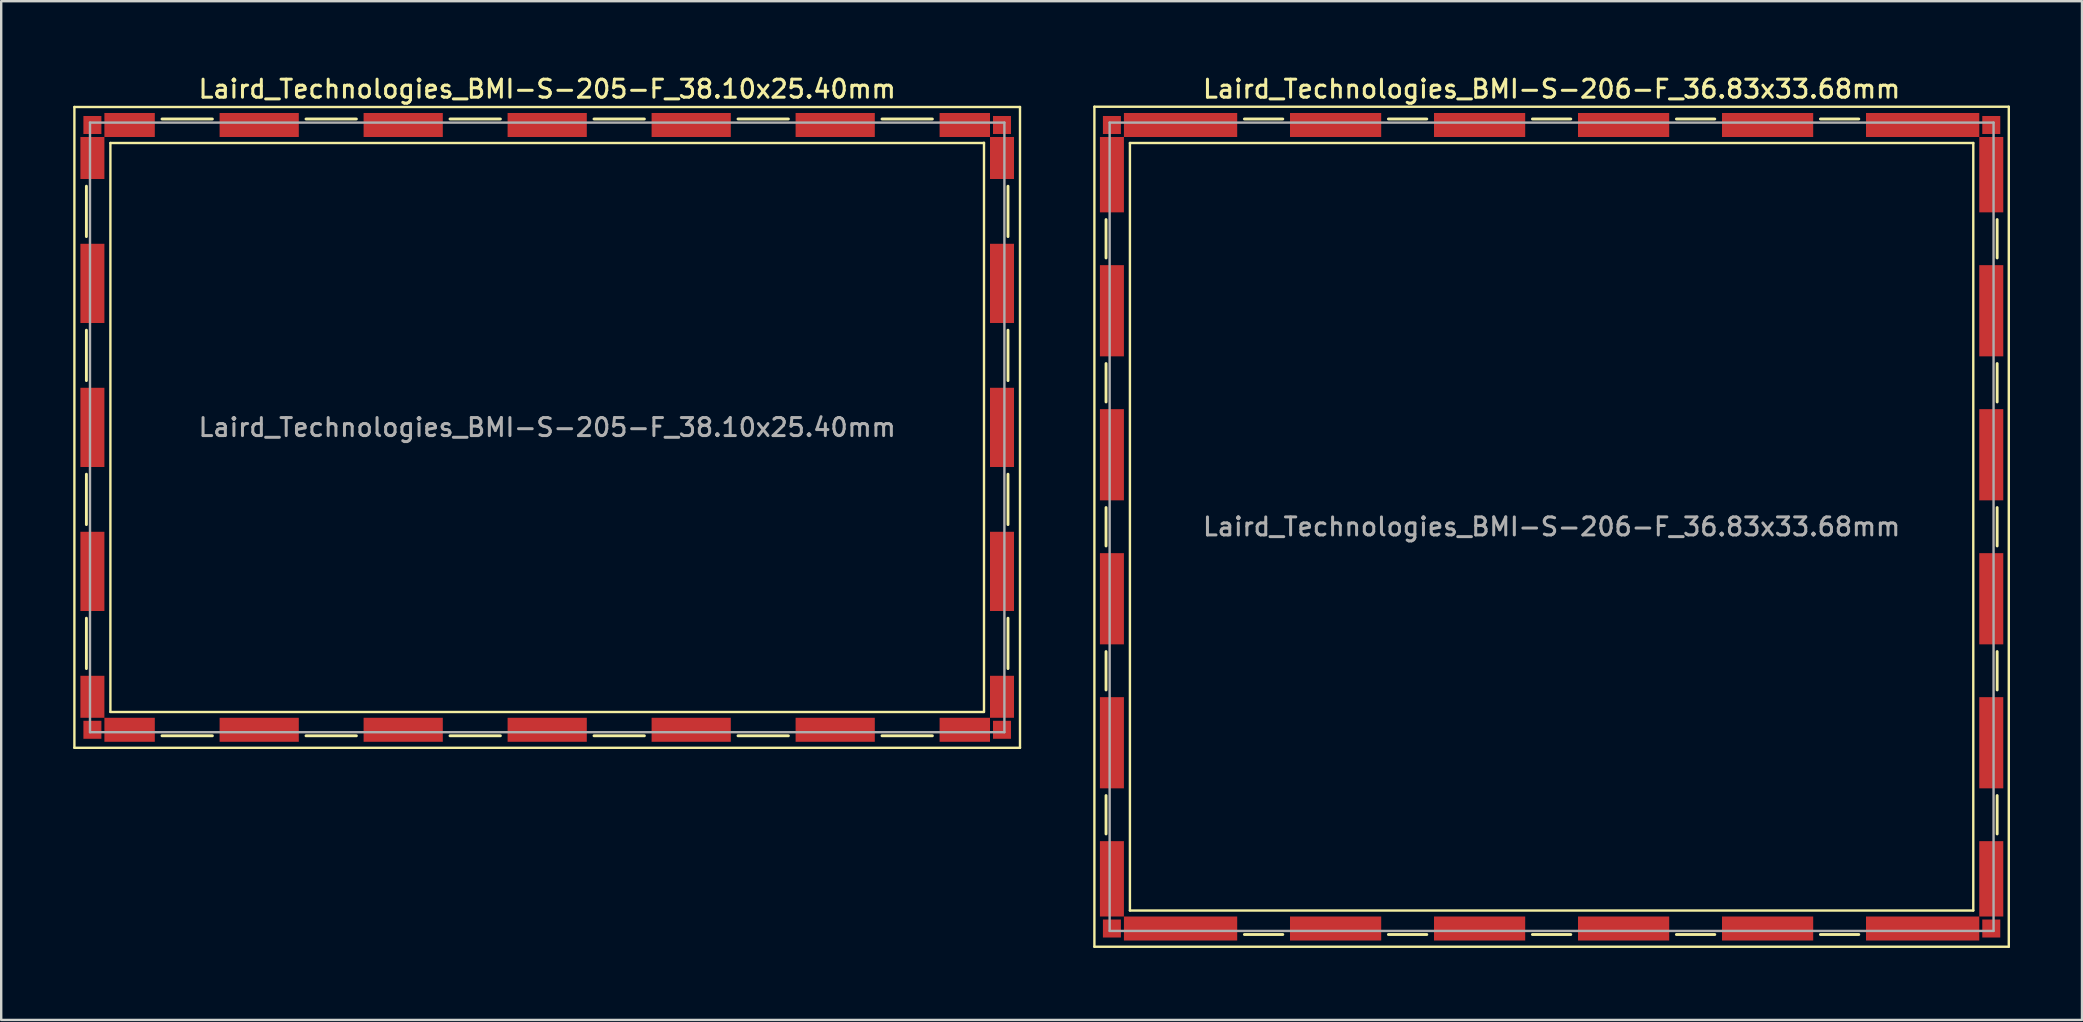
<source format=kicad_pcb>
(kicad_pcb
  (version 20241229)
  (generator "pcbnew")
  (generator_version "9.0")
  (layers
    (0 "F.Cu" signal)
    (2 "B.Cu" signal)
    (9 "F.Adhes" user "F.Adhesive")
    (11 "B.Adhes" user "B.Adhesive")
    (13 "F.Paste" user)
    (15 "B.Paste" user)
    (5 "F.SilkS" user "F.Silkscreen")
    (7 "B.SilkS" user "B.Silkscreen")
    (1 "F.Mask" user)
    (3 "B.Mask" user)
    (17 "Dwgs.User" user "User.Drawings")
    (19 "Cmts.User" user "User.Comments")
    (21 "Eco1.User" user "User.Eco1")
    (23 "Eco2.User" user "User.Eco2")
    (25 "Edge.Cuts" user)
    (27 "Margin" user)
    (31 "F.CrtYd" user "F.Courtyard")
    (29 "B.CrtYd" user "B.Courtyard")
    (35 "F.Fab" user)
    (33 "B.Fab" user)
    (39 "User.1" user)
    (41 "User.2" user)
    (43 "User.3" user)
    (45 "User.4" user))
  (footprint "Laird_Technologies_BMI-S-205-F_38.10x25.40mm"
    (layer "F.Cu")
    (at 19.75 14.758)
    (property "Reference" "Laird_Technologies_BMI-S-205-F_38.10x25.40mm" (at 0 -14.1 0) (layer "F.SilkS") (effects (font (size 0.75 0.75) (thickness 0.125))))
    (attr smd)
    (fp_line (start -19.7 -13.35) (end -19.7 13.35) (stroke (width 0.1) (type solid)) (layer "F.SilkS"))
    (fp_line (start -19.7 13.35) (end 19.7 13.35) (stroke (width 0.1) (type solid)) (layer "F.SilkS"))
    (fp_line (start -19.2 -10.05) (end -19.2 -7.95) (stroke (width 0.12) (type solid)) (layer "F.SilkS"))
    (fp_line (start -19.2 -4.05) (end -19.2 -1.95) (stroke (width 0.12) (type solid)) (layer "F.SilkS"))
    (fp_line (start -19.2 1.95) (end -19.2 4.05) (stroke (width 0.12) (type solid)) (layer "F.SilkS"))
    (fp_line (start -19.2 7.95) (end -19.2 10.05) (stroke (width 0.12) (type solid)) (layer "F.SilkS"))
    (fp_line (start -18.2 -11.85) (end -18.2 11.85) (stroke (width 0.1) (type solid)) (layer "F.SilkS"))
    (fp_line (start -16.05 -12.85) (end -13.95 -12.85) (stroke (width 0.12) (type solid)) (layer "F.SilkS"))
    (fp_line (start -16.05 12.85) (end -13.95 12.85) (stroke (width 0.12) (type solid)) (layer "F.SilkS"))
    (fp_line (start -10.05 -12.85) (end -7.95 -12.85) (stroke (width 0.12) (type solid)) (layer "F.SilkS"))
    (fp_line (start -10.05 12.85) (end -7.95 12.85) (stroke (width 0.12) (type solid)) (layer "F.SilkS"))
    (fp_line (start -4.05 -12.85) (end -1.95 -12.85) (stroke (width 0.12) (type solid)) (layer "F.SilkS"))
    (fp_line (start -4.05 12.85) (end -1.95 12.85) (stroke (width 0.12) (type solid)) (layer "F.SilkS"))
    (fp_line (start 1.95 -12.85) (end 4.05 -12.85) (stroke (width 0.12) (type solid)) (layer "F.SilkS"))
    (fp_line (start 1.95 12.85) (end 4.05 12.85) (stroke (width 0.12) (type solid)) (layer "F.SilkS"))
    (fp_line (start 7.95 -12.85) (end 10.05 -12.85) (stroke (width 0.12) (type solid)) (layer "F.SilkS"))
    (fp_line (start 7.95 12.85) (end 10.05 12.85) (stroke (width 0.12) (type solid)) (layer "F.SilkS"))
    (fp_line (start 13.95 -12.85) (end 16.05 -12.85) (stroke (width 0.12) (type solid)) (layer "F.SilkS"))
    (fp_line (start 13.95 12.85) (end 16.05 12.85) (stroke (width 0.12) (type solid)) (layer "F.SilkS"))
    (fp_line (start 18.2 -11.86) (end 18.2 11.84) (stroke (width 0.1) (type solid)) (layer "F.SilkS"))
    (fp_line (start 18.2 -11.85) (end -18.2 -11.85) (stroke (width 0.1) (type solid)) (layer "F.SilkS"))
    (fp_line (start 18.2 11.86) (end -18.2 11.86) (stroke (width 0.1) (type solid)) (layer "F.SilkS"))
    (fp_line (start 19.2 -10.05) (end 19.2 -7.95) (stroke (width 0.12) (type solid)) (layer "F.SilkS"))
    (fp_line (start 19.2 -4.05) (end 19.2 -1.95) (stroke (width 0.12) (type solid)) (layer "F.SilkS"))
    (fp_line (start 19.2 1.95) (end 19.2 4.05) (stroke (width 0.12) (type solid)) (layer "F.SilkS"))
    (fp_line (start 19.2 7.95) (end 19.2 10.05) (stroke (width 0.12) (type solid)) (layer "F.SilkS"))
    (fp_line (start 19.7 -13.35) (end -19.7 -13.35) (stroke (width 0.1) (type solid)) (layer "F.SilkS"))
    (fp_line (start 19.7 13.35) (end 19.7 -13.35) (stroke (width 0.1) (type solid)) (layer "F.SilkS"))
    (fp_line (start -19.05 -12.7) (end -19.05 12.7) (stroke (width 0.1) (type solid)) (layer "F.Fab"))
    (fp_line (start -19.05 12.7) (end 19.05 12.7) (stroke (width 0.1) (type solid)) (layer "F.Fab"))
    (fp_line (start 19.05 -12.7) (end -19.05 -12.7) (stroke (width 0.1) (type solid)) (layer "F.Fab"))
    (fp_line (start 19.05 12.7) (end 19.05 -12.7) (stroke (width 0.1) (type solid)) (layer "F.Fab"))
    (fp_text user "${REFERENCE}" (at 0 0 0) (layer "F.Fab") (effects (font (size 0.75 0.75) (thickness 0.125))))
    (pad "1" smd rect (at -18.95 -12.6) (size 0.75 0.75) (layers "F.Cu" "F.Mask" "F.Paste"))
    (pad "1" smd rect (at -18.95 -11.225) (size 1 1.75) (layers "F.Cu" "F.Mask" "F.Paste"))
    (pad "1" smd rect (at -18.95 -6) (size 1 3.3) (layers "F.Cu" "F.Mask" "F.Paste"))
    (pad "1" smd rect (at -18.95 0) (size 1 3.3) (layers "F.Cu" "F.Mask" "F.Paste"))
    (pad "1" smd rect (at -18.95 6) (size 1 3.3) (layers "F.Cu" "F.Mask" "F.Paste"))
    (pad "1" smd rect (at -18.95 11.225) (size 1 1.75) (layers "F.Cu" "F.Mask" "F.Paste"))
    (pad "1" smd rect (at -18.95 12.6) (size 0.75 0.75) (layers "F.Cu" "F.Mask" "F.Paste"))
    (pad "1" smd rect (at -17.4 -12.6) (size 2.1 1) (layers "F.Cu" "F.Mask" "F.Paste"))
    (pad "1" smd rect (at -17.4 12.6) (size 2.1 1) (layers "F.Cu" "F.Mask" "F.Paste"))
    (pad "1" smd rect (at -12 -12.6) (size 3.3 1) (layers "F.Cu" "F.Mask" "F.Paste"))
    (pad "1" smd rect (at -12 12.6) (size 3.3 1) (layers "F.Cu" "F.Mask" "F.Paste"))
    (pad "1" smd rect (at -6 -12.6) (size 3.3 1) (layers "F.Cu" "F.Mask" "F.Paste"))
    (pad "1" smd rect (at -6 12.6) (size 3.3 1) (layers "F.Cu" "F.Mask" "F.Paste"))
    (pad "1" smd rect (at 0 -12.6) (size 3.3 1) (layers "F.Cu" "F.Mask" "F.Paste"))
    (pad "1" smd rect (at 0 12.6) (size 3.3 1) (layers "F.Cu" "F.Mask" "F.Paste"))
    (pad "1" smd rect (at 6 -12.6) (size 3.3 1) (layers "F.Cu" "F.Mask" "F.Paste"))
    (pad "1" smd rect (at 6 12.6) (size 3.3 1) (layers "F.Cu" "F.Mask" "F.Paste"))
    (pad "1" smd rect (at 12 -12.6) (size 3.3 1) (layers "F.Cu" "F.Mask" "F.Paste"))
    (pad "1" smd rect (at 12 12.6) (size 3.3 1) (layers "F.Cu" "F.Mask" "F.Paste"))
    (pad "1" smd rect (at 17.4 -12.6) (size 2.1 1) (layers "F.Cu" "F.Mask" "F.Paste"))
    (pad "1" smd rect (at 17.4 12.6) (size 2.1 1) (layers "F.Cu" "F.Mask" "F.Paste"))
    (pad "1" smd rect (at 18.95 -12.6) (size 0.75 0.75) (layers "F.Cu" "F.Mask" "F.Paste"))
    (pad "1" smd rect (at 18.95 -11.225) (size 1 1.75) (layers "F.Cu" "F.Mask" "F.Paste"))
    (pad "1" smd rect (at 18.95 -6) (size 1 3.3) (layers "F.Cu" "F.Mask" "F.Paste"))
    (pad "1" smd rect (at 18.95 0) (size 1 3.3) (layers "F.Cu" "F.Mask" "F.Paste"))
    (pad "1" smd rect (at 18.95 6) (size 1 3.3) (layers "F.Cu" "F.Mask" "F.Paste"))
    (pad "1" smd rect (at 18.95 11.225) (size 1 1.75) (layers "F.Cu" "F.Mask" "F.Paste"))
    (pad "1" smd rect (at 18.95 12.6) (size 0.75 0.75) (layers "F.Cu" "F.Mask" "F.Paste")))
  (footprint "Laird_Technologies_BMI-S-206-F_36.83x33.68mm"
    (layer "F.Cu")
    (at 61.6 18.898)
    (property "Reference" "Laird_Technologies_BMI-S-206-F_36.83x33.68mm" (at 0 -18.24 0) (layer "F.SilkS") (effects (font (size 0.75 0.75) (thickness 0.125))))
    (attr smd)
    (fp_line (start -19.05 -17.5) (end -19.05 17.5) (stroke (width 0.1) (type solid)) (layer "F.SilkS"))
    (fp_line (start -19.05 17.5) (end 19.05 17.5) (stroke (width 0.1) (type solid)) (layer "F.SilkS"))
    (fp_line (start -18.565 -12.8) (end -18.565 -11.2) (stroke (width 0.12) (type solid)) (layer "F.SilkS"))
    (fp_line (start -18.565 -6.8) (end -18.565 -5.2) (stroke (width 0.12) (type solid)) (layer "F.SilkS"))
    (fp_line (start -18.565 -0.8) (end -18.565 0.8) (stroke (width 0.12) (type solid)) (layer "F.SilkS"))
    (fp_line (start -18.565 5.2) (end -18.565 6.8) (stroke (width 0.12) (type solid)) (layer "F.SilkS"))
    (fp_line (start -18.565 11.2) (end -18.565 12.8) (stroke (width 0.12) (type solid)) (layer "F.SilkS"))
    (fp_line (start -17.57 -15.99) (end -17.57 15.99) (stroke (width 0.1) (type solid)) (layer "F.SilkS"))
    (fp_line (start -12.8 -16.99) (end -11.2 -16.99) (stroke (width 0.12) (type solid)) (layer "F.SilkS"))
    (fp_line (start -12.8 16.99) (end -11.2 16.99) (stroke (width 0.12) (type solid)) (layer "F.SilkS"))
    (fp_line (start -6.8 -16.99) (end -5.2 -16.99) (stroke (width 0.12) (type solid)) (layer "F.SilkS"))
    (fp_line (start -6.8 16.99) (end -5.2 16.99) (stroke (width 0.12) (type solid)) (layer "F.SilkS"))
    (fp_line (start -0.8 -16.99) (end 0.8 -16.99) (stroke (width 0.12) (type solid)) (layer "F.SilkS"))
    (fp_line (start -0.8 16.99) (end 0.8 16.99) (stroke (width 0.12) (type solid)) (layer "F.SilkS"))
    (fp_line (start 5.2 -16.99) (end 6.8 -16.99) (stroke (width 0.12) (type solid)) (layer "F.SilkS"))
    (fp_line (start 5.2 16.99) (end 6.8 16.99) (stroke (width 0.12) (type solid)) (layer "F.SilkS"))
    (fp_line (start 11.2 -16.99) (end 12.8 -16.99) (stroke (width 0.12) (type solid)) (layer "F.SilkS"))
    (fp_line (start 11.2 16.99) (end 12.8 16.99) (stroke (width 0.12) (type solid)) (layer "F.SilkS"))
    (fp_line (start 17.57 -15.99) (end -17.57 -15.99) (stroke (width 0.1) (type solid)) (layer "F.SilkS"))
    (fp_line (start 17.57 -15.99) (end 17.57 15.99) (stroke (width 0.1) (type solid)) (layer "F.SilkS"))
    (fp_line (start 17.57 15.99) (end -17.57 15.99) (stroke (width 0.1) (type solid)) (layer "F.SilkS"))
    (fp_line (start 18.565 -12.8) (end 18.565 -11.2) (stroke (width 0.12) (type solid)) (layer "F.SilkS"))
    (fp_line (start 18.565 -6.8) (end 18.565 -5.2) (stroke (width 0.12) (type solid)) (layer "F.SilkS"))
    (fp_line (start 18.565 -0.8) (end 18.565 0.8) (stroke (width 0.12) (type solid)) (layer "F.SilkS"))
    (fp_line (start 18.565 5.2) (end 18.565 6.8) (stroke (width 0.12) (type solid)) (layer "F.SilkS"))
    (fp_line (start 18.565 11.2) (end 18.565 12.8) (stroke (width 0.12) (type solid)) (layer "F.SilkS"))
    (fp_line (start 19.05 -17.5) (end -19.05 -17.5) (stroke (width 0.1) (type solid)) (layer "F.SilkS"))
    (fp_line (start 19.05 17.5) (end 19.05 -17.5) (stroke (width 0.1) (type solid)) (layer "F.SilkS"))
    (fp_line (start -18.415 -16.84) (end -18.415 16.84) (stroke (width 0.1) (type solid)) (layer "F.Fab"))
    (fp_line (start -18.415 16.84) (end 18.415 16.84) (stroke (width 0.1) (type solid)) (layer "F.Fab"))
    (fp_line (start 18.415 -16.84) (end -18.415 -16.84) (stroke (width 0.1) (type solid)) (layer "F.Fab"))
    (fp_line (start 18.415 16.84) (end 18.415 -16.84) (stroke (width 0.1) (type solid)) (layer "F.Fab"))
    (fp_text user "${REFERENCE}" (at 0 0 0) (layer "F.Fab") (effects (font (size 0.75 0.75) (thickness 0.125))))
    (pad "1" smd rect (at -18.32 -16.74) (size 0.75 0.75) (layers "F.Cu" "F.Mask" "F.Paste"))
    (pad "1" smd rect (at -18.32 -14.67) (size 1 3.14) (layers "F.Cu" "F.Mask" "F.Paste"))
    (pad "1" smd rect (at -18.32 -9) (size 1 3.8) (layers "F.Cu" "F.Mask" "F.Paste"))
    (pad "1" smd rect (at -18.32 -3) (size 1 3.8) (layers "F.Cu" "F.Mask" "F.Paste"))
    (pad "1" smd rect (at -18.32 3) (size 1 3.8) (layers "F.Cu" "F.Mask" "F.Paste"))
    (pad "1" smd rect (at -18.32 9) (size 1 3.8) (layers "F.Cu" "F.Mask" "F.Paste"))
    (pad "1" smd rect (at -18.32 14.67) (size 1 3.14) (layers "F.Cu" "F.Mask" "F.Paste"))
    (pad "1" smd rect (at -18.32 16.74) (size 0.75 0.75) (layers "F.Cu" "F.Mask" "F.Paste"))
    (pad "1" smd rect (at -15.46 -16.74) (size 4.72 1) (layers "F.Cu" "F.Mask" "F.Paste"))
    (pad "1" smd rect (at -15.46 16.74) (size 4.72 1) (layers "F.Cu" "F.Mask" "F.Paste"))
    (pad "1" smd rect (at -9 -16.74) (size 3.8 1) (layers "F.Cu" "F.Mask" "F.Paste"))
    (pad "1" smd rect (at -9 16.74) (size 3.8 1) (layers "F.Cu" "F.Mask" "F.Paste"))
    (pad "1" smd rect (at -3 -16.74) (size 3.8 1) (layers "F.Cu" "F.Mask" "F.Paste"))
    (pad "1" smd rect (at -3 16.74) (size 3.8 1) (layers "F.Cu" "F.Mask" "F.Paste"))
    (pad "1" smd rect (at 3 -16.74) (size 3.8 1) (layers "F.Cu" "F.Mask" "F.Paste"))
    (pad "1" smd rect (at 3 16.74) (size 3.8 1) (layers "F.Cu" "F.Mask" "F.Paste"))
    (pad "1" smd rect (at 9 -16.74) (size 3.8 1) (layers "F.Cu" "F.Mask" "F.Paste"))
    (pad "1" smd rect (at 9 16.74) (size 3.8 1) (layers "F.Cu" "F.Mask" "F.Paste"))
    (pad "1" smd rect (at 15.46 -16.74) (size 4.72 1) (layers "F.Cu" "F.Mask" "F.Paste"))
    (pad "1" smd rect (at 15.46 16.74) (size 4.72 1) (layers "F.Cu" "F.Mask" "F.Paste"))
    (pad "1" smd rect (at 18.32 -16.74) (size 0.75 0.75) (layers "F.Cu" "F.Mask" "F.Paste"))
    (pad "1" smd rect (at 18.32 -14.67) (size 1 3.14) (layers "F.Cu" "F.Mask" "F.Paste"))
    (pad "1" smd rect (at 18.32 -9) (size 1 3.8) (layers "F.Cu" "F.Mask" "F.Paste"))
    (pad "1" smd rect (at 18.32 -3) (size 1 3.8) (layers "F.Cu" "F.Mask" "F.Paste"))
    (pad "1" smd rect (at 18.32 3) (size 1 3.8) (layers "F.Cu" "F.Mask" "F.Paste"))
    (pad "1" smd rect (at 18.32 9) (size 1 3.8) (layers "F.Cu" "F.Mask" "F.Paste"))
    (pad "1" smd rect (at 18.32 14.67) (size 1 3.14) (layers "F.Cu" "F.Mask" "F.Paste"))
    (pad "1" smd rect (at 18.32 16.74) (size 0.75 0.75) (layers "F.Cu" "F.Mask" "F.Paste")))
  (gr_rect
    (start -3 -3)
    (end 83.7 39.448)
    (stroke (width 0.1) (type default))
    (fill no)
    (layer "Edge.Cuts")))
</source>
